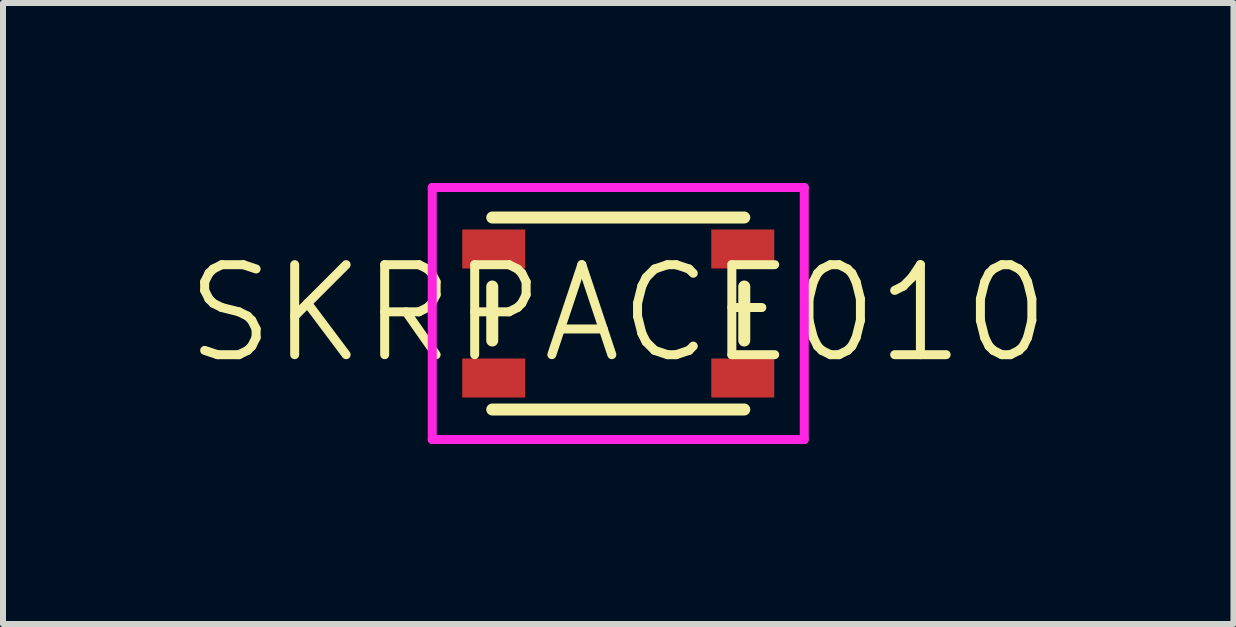
<source format=kicad_pcb>
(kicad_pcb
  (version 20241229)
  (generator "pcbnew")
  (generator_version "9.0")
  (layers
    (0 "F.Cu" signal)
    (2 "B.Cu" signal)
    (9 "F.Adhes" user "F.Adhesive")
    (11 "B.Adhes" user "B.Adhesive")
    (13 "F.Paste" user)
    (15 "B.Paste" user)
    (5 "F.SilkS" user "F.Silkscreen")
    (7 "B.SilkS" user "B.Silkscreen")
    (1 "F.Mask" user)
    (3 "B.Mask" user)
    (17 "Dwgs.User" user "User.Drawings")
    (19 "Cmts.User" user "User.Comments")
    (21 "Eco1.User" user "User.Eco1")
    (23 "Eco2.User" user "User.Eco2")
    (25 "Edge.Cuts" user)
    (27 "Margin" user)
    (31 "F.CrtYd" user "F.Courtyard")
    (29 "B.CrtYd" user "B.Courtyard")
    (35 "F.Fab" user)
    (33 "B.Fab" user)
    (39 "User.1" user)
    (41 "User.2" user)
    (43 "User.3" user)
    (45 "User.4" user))
  (footprint "SKRPACE010"
    (layer "F.Cu")
    (at 7.254 2.175)
    (property "Reference" "SKRPACE010" (at 0 0 0) (layer "F.SilkS") (effects (font (size 1.5 1.5) (thickness 0.15))))
    (attr through_hole)
    (fp_line (start -2.1 -1.6) (end 2.1 -1.6) (stroke (width 0.2) (type solid)) (layer "F.SilkS"))
    (fp_line (start -2.1 0.45) (end -2.1 -0.45) (stroke (width 0.2) (type solid)) (layer "F.SilkS"))
    (fp_line (start -2.1 1.6) (end 2.1 1.6) (stroke (width 0.2) (type solid)) (layer "F.SilkS"))
    (fp_line (start 2.1 -0.45) (end 2.1 0.45) (stroke (width 0.2) (type solid)) (layer "F.SilkS"))
    (fp_line (start -3.1 -2.1) (end 3.1 -2.1) (stroke (width 0.15) (type solid)) (layer "F.CrtYd"))
    (fp_line (start -3.1 2.1) (end -3.1 -2.1) (stroke (width 0.15) (type solid)) (layer "F.CrtYd"))
    (fp_line (start 3.1 -2.1) (end 3.1 2.1) (stroke (width 0.15) (type solid)) (layer "F.CrtYd"))
    (fp_line (start 3.1 2.1) (end -3.1 2.1) (stroke (width 0.15) (type solid)) (layer "F.CrtYd"))
    (pad "1" smd rect (at -2.075 -1.075) (size 1.05 0.65) (layers "F.Cu" "F.Mask" "F.Paste"))
    (pad "2" smd rect (at 2.075 -1.075) (size 1.05 0.65) (layers "F.Cu" "F.Mask" "F.Paste"))
    (pad "3" smd rect (at -2.075 1.075) (size 1.05 0.65) (layers "F.Cu" "F.Mask" "F.Paste"))
    (pad "4" smd rect (at 2.075 1.075) (size 1.05 0.65) (layers "F.Cu" "F.Mask" "F.Paste")))
  (gr_rect
    (start -3 -3)
    (end 17.507 7.35)
    (stroke (width 0.1) (type default))
    (fill no)
    (layer "Edge.Cuts")))
</source>
